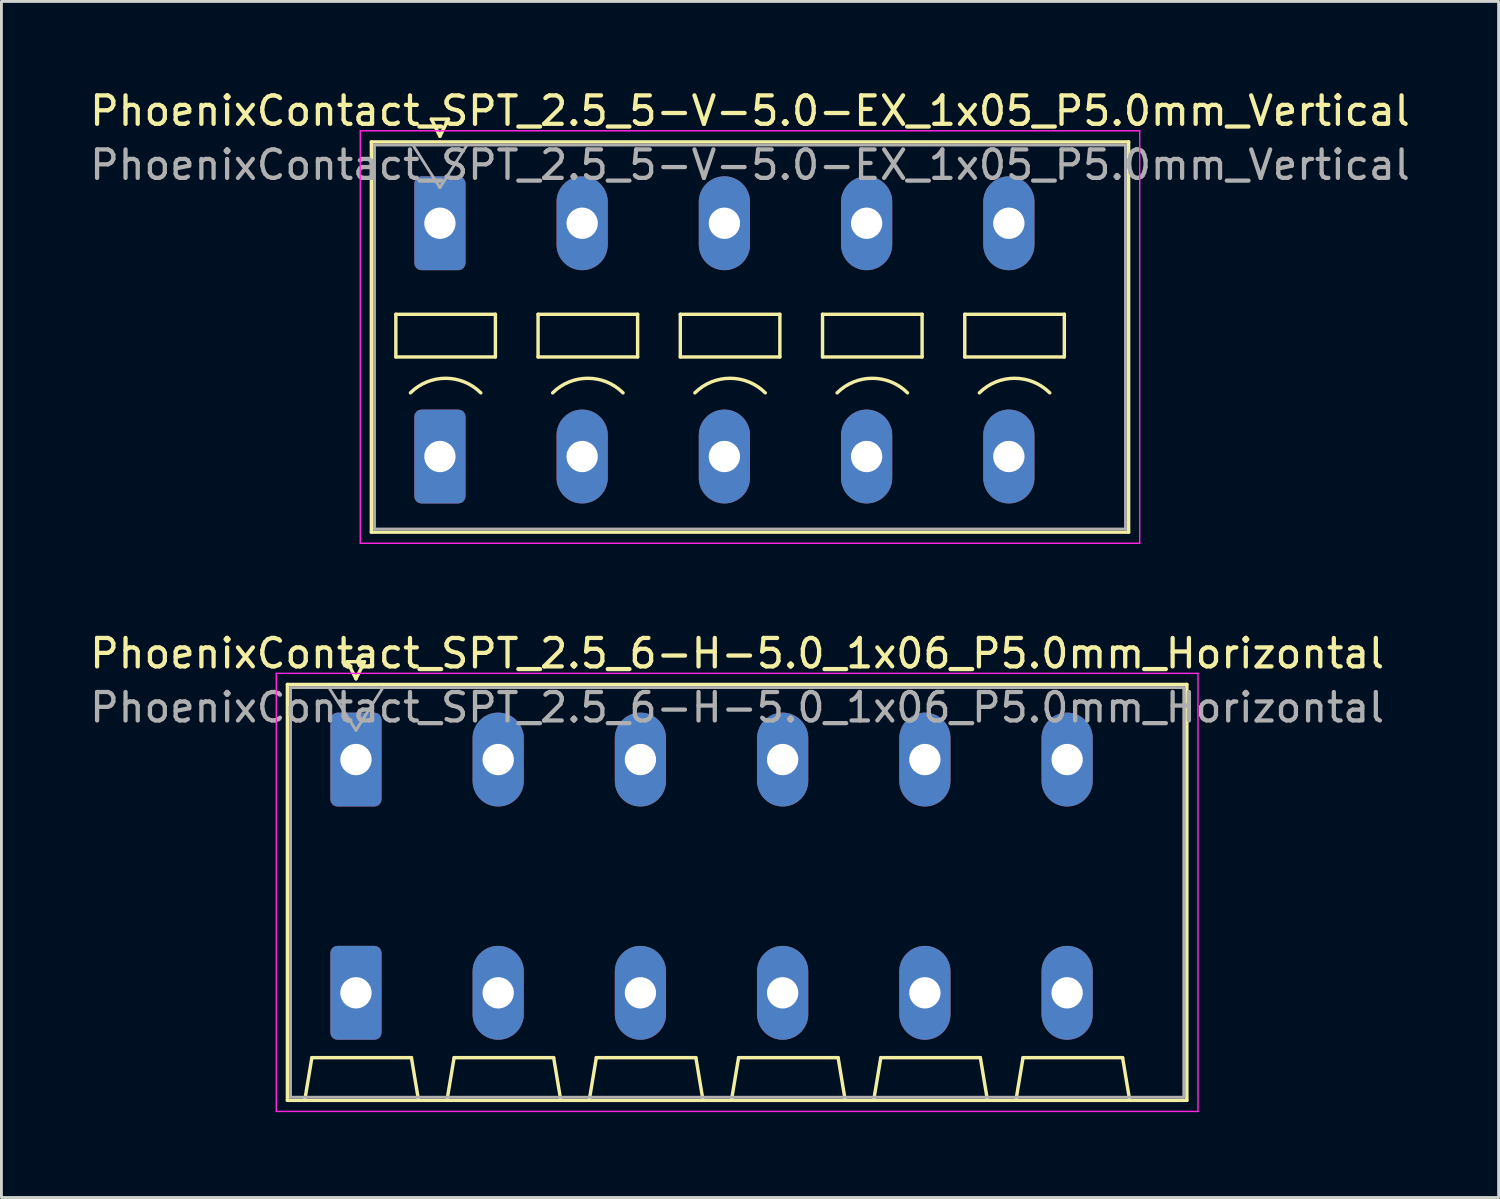
<source format=kicad_pcb>
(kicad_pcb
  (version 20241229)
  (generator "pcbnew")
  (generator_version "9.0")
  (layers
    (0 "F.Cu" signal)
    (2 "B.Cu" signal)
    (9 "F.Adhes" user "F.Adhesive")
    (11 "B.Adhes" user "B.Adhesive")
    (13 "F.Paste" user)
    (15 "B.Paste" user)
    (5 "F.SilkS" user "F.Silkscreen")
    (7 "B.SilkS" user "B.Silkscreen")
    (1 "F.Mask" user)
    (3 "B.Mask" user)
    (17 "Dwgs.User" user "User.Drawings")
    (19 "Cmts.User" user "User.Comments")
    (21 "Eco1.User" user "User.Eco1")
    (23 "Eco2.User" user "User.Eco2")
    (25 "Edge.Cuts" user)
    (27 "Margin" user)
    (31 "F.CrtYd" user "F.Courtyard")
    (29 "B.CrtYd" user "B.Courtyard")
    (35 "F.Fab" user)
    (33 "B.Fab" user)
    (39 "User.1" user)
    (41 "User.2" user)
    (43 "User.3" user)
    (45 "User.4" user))
  (footprint "PhoenixContact_SPT_2.5_6-H-5.0_1x06_P5.0mm_Horizontal"
    (layer "F.Cu")
    (at 9.463 23.651)
    (property "Reference" "PhoenixContact_SPT_2.5_6-H-5.0_1x06_P5.0mm_Horizontal" (at 13.4 -3.73 0) (layer "F.SilkS") (effects (font (size 1 1) (thickness 0.15))))
    (attr through_hole)
    (fp_line (start -2.41 -2.64) (end 29.21 -2.64) (stroke (width 0.12) (type solid)) (layer "F.SilkS"))
    (fp_line (start -2.41 11.98) (end -2.41 -2.64) (stroke (width 0.12) (type solid)) (layer "F.SilkS"))
    (fp_line (start -1.8 11.98) (end -1.55 10.48) (stroke (width 0.12) (type solid)) (layer "F.SilkS"))
    (fp_line (start -1.55 10.48) (end 1.95 10.48) (stroke (width 0.12) (type solid)) (layer "F.SilkS"))
    (fp_line (start -0.3 -3.44) (end 0 -2.84) (stroke (width 0.12) (type solid)) (layer "F.SilkS"))
    (fp_line (start -0.3 -3.44) (end 0.3 -3.44) (stroke (width 0.12) (type solid)) (layer "F.SilkS"))
    (fp_line (start 0.3 -3.44) (end 0 -2.84) (stroke (width 0.12) (type solid)) (layer "F.SilkS"))
    (fp_line (start 2.2 11.98) (end 1.95 10.48) (stroke (width 0.12) (type solid)) (layer "F.SilkS"))
    (fp_line (start 3.2 11.98) (end 3.45 10.48) (stroke (width 0.12) (type solid)) (layer "F.SilkS"))
    (fp_line (start 3.45 10.48) (end 6.95 10.48) (stroke (width 0.12) (type solid)) (layer "F.SilkS"))
    (fp_line (start 7.2 11.98) (end 6.95 10.48) (stroke (width 0.12) (type solid)) (layer "F.SilkS"))
    (fp_line (start 8.2 11.98) (end 8.45 10.48) (stroke (width 0.12) (type solid)) (layer "F.SilkS"))
    (fp_line (start 8.45 10.48) (end 11.95 10.48) (stroke (width 0.12) (type solid)) (layer "F.SilkS"))
    (fp_line (start 12.2 11.98) (end 11.95 10.48) (stroke (width 0.12) (type solid)) (layer "F.SilkS"))
    (fp_line (start 13.2 11.98) (end 13.45 10.48) (stroke (width 0.12) (type solid)) (layer "F.SilkS"))
    (fp_line (start 13.45 10.48) (end 16.95 10.48) (stroke (width 0.12) (type solid)) (layer "F.SilkS"))
    (fp_line (start 17.2 11.98) (end 16.95 10.48) (stroke (width 0.12) (type solid)) (layer "F.SilkS"))
    (fp_line (start 18.2 11.98) (end 18.45 10.48) (stroke (width 0.12) (type solid)) (layer "F.SilkS"))
    (fp_line (start 18.45 10.48) (end 21.95 10.48) (stroke (width 0.12) (type solid)) (layer "F.SilkS"))
    (fp_line (start 22.2 11.98) (end 21.95 10.48) (stroke (width 0.12) (type solid)) (layer "F.SilkS"))
    (fp_line (start 23.2 11.98) (end 23.45 10.48) (stroke (width 0.12) (type solid)) (layer "F.SilkS"))
    (fp_line (start 23.45 10.48) (end 26.95 10.48) (stroke (width 0.12) (type solid)) (layer "F.SilkS"))
    (fp_line (start 27.2 11.98) (end 26.95 10.48) (stroke (width 0.12) (type solid)) (layer "F.SilkS"))
    (fp_line (start 29.21 -2.64) (end 29.21 11.98) (stroke (width 0.12) (type solid)) (layer "F.SilkS"))
    (fp_line (start 29.21 11.98) (end -2.41 11.98) (stroke (width 0.12) (type solid)) (layer "F.SilkS"))
    (fp_line (start -2.8 -3.03) (end -2.8 12.37) (stroke (width 0.05) (type solid)) (layer "F.CrtYd"))
    (fp_line (start -2.8 12.37) (end 29.6 12.37) (stroke (width 0.05) (type solid)) (layer "F.CrtYd"))
    (fp_line (start 29.6 -3.03) (end -2.8 -3.03) (stroke (width 0.05) (type solid)) (layer "F.CrtYd"))
    (fp_line (start 29.6 12.37) (end 29.6 -3.03) (stroke (width 0.05) (type solid)) (layer "F.CrtYd"))
    (fp_line (start -2.3 -2.53) (end -2.3 11.87) (stroke (width 0.1) (type solid)) (layer "F.Fab"))
    (fp_line (start -2.3 11.87) (end 29.1 11.87) (stroke (width 0.1) (type solid)) (layer "F.Fab"))
    (fp_line (start -0.95 -2.53) (end 0 -1.03) (stroke (width 0.1) (type solid)) (layer "F.Fab"))
    (fp_line (start 0.95 -2.53) (end 0 -1.03) (stroke (width 0.1) (type solid)) (layer "F.Fab"))
    (fp_line (start 29.1 -2.53) (end -2.3 -2.53) (stroke (width 0.1) (type solid)) (layer "F.Fab"))
    (fp_line (start 29.1 11.87) (end 29.1 -2.53) (stroke (width 0.1) (type solid)) (layer "F.Fab"))
    (fp_text user "${REFERENCE}" (at 13.4 -1.83 0) (layer "F.Fab") (effects (font (size 1 1) (thickness 0.15))))
    (pad "1" thru_hole roundrect (at 0 0) (size 1.8 3.3) (drill 1.1) (layers "*.Cu" "*.Mask") (roundrect_rratio 0.139))
    (pad "1" thru_hole roundrect (at 0 8.2) (size 1.8 3.3) (drill 1.1) (layers "*.Cu" "*.Mask") (roundrect_rratio 0.139))
    (pad "2" thru_hole oval (at 5 0) (size 1.8 3.3) (drill 1.1) (layers "*.Cu" "*.Mask"))
    (pad "2" thru_hole oval (at 5 8.2) (size 1.8 3.3) (drill 1.1) (layers "*.Cu" "*.Mask"))
    (pad "3" thru_hole oval (at 10 0) (size 1.8 3.3) (drill 1.1) (layers "*.Cu" "*.Mask"))
    (pad "3" thru_hole oval (at 10 8.2) (size 1.8 3.3) (drill 1.1) (layers "*.Cu" "*.Mask"))
    (pad "4" thru_hole oval (at 15 0) (size 1.8 3.3) (drill 1.1) (layers "*.Cu" "*.Mask"))
    (pad "4" thru_hole oval (at 15 8.2) (size 1.8 3.3) (drill 1.1) (layers "*.Cu" "*.Mask"))
    (pad "5" thru_hole oval (at 20 0) (size 1.8 3.3) (drill 1.1) (layers "*.Cu" "*.Mask"))
    (pad "5" thru_hole oval (at 20 8.2) (size 1.8 3.3) (drill 1.1) (layers "*.Cu" "*.Mask"))
    (pad "6" thru_hole oval (at 25 0) (size 1.8 3.3) (drill 1.1) (layers "*.Cu" "*.Mask"))
    (pad "6" thru_hole oval (at 25 8.2) (size 1.8 3.3) (drill 1.1) (layers "*.Cu" "*.Mask")))
  (footprint "PhoenixContact_SPT_2.5_5-V-5.0-EX_1x05_P5.0mm_Vertical"
    (layer "F.Cu")
    (at 12.415 4.798)
    (property "Reference" "PhoenixContact_SPT_2.5_5-V-5.0-EX_1x05_P5.0mm_Vertical" (at 10.9 -3.95 0) (layer "F.SilkS") (effects (font (size 1 1) (thickness 0.15))))
    (attr through_hole)
    (fp_line (start -2.41 -2.86) (end 24.21 -2.86) (stroke (width 0.12) (type solid)) (layer "F.SilkS"))
    (fp_line (start -2.41 10.86) (end -2.41 -2.86) (stroke (width 0.12) (type solid)) (layer "F.SilkS"))
    (fp_line (start -1.55 3.2) (end -1.55 4.7) (stroke (width 0.12) (type solid)) (layer "F.SilkS"))
    (fp_line (start -1.55 4.7) (end 1.95 4.7) (stroke (width 0.12) (type solid)) (layer "F.SilkS"))
    (fp_line (start -0.3 -3.66) (end 0 -3.06) (stroke (width 0.12) (type solid)) (layer "F.SilkS"))
    (fp_line (start -0.3 -3.66) (end 0.3 -3.66) (stroke (width 0.12) (type solid)) (layer "F.SilkS"))
    (fp_line (start 0.3 -3.66) (end 0 -3.06) (stroke (width 0.12) (type solid)) (layer "F.SilkS"))
    (fp_line (start 1.95 3.2) (end -1.55 3.2) (stroke (width 0.12) (type solid)) (layer "F.SilkS"))
    (fp_line (start 1.95 4.7) (end 1.95 3.2) (stroke (width 0.12) (type solid)) (layer "F.SilkS"))
    (fp_line (start 3.45 3.2) (end 3.45 4.7) (stroke (width 0.12) (type solid)) (layer "F.SilkS"))
    (fp_line (start 3.45 4.7) (end 6.95 4.7) (stroke (width 0.12) (type solid)) (layer "F.SilkS"))
    (fp_line (start 6.95 3.2) (end 3.45 3.2) (stroke (width 0.12) (type solid)) (layer "F.SilkS"))
    (fp_line (start 6.95 4.7) (end 6.95 3.2) (stroke (width 0.12) (type solid)) (layer "F.SilkS"))
    (fp_line (start 8.45 3.2) (end 8.45 4.7) (stroke (width 0.12) (type solid)) (layer "F.SilkS"))
    (fp_line (start 8.45 4.7) (end 11.95 4.7) (stroke (width 0.12) (type solid)) (layer "F.SilkS"))
    (fp_line (start 11.95 3.2) (end 8.45 3.2) (stroke (width 0.12) (type solid)) (layer "F.SilkS"))
    (fp_line (start 11.95 4.7) (end 11.95 3.2) (stroke (width 0.12) (type solid)) (layer "F.SilkS"))
    (fp_line (start 13.45 3.2) (end 13.45 4.7) (stroke (width 0.12) (type solid)) (layer "F.SilkS"))
    (fp_line (start 13.45 4.7) (end 16.95 4.7) (stroke (width 0.12) (type solid)) (layer "F.SilkS"))
    (fp_line (start 16.95 3.2) (end 13.45 3.2) (stroke (width 0.12) (type solid)) (layer "F.SilkS"))
    (fp_line (start 16.95 4.7) (end 16.95 3.2) (stroke (width 0.12) (type solid)) (layer "F.SilkS"))
    (fp_line (start 18.45 3.2) (end 18.45 4.7) (stroke (width 0.12) (type solid)) (layer "F.SilkS"))
    (fp_line (start 18.45 4.7) (end 21.95 4.7) (stroke (width 0.12) (type solid)) (layer "F.SilkS"))
    (fp_line (start 21.95 3.2) (end 18.45 3.2) (stroke (width 0.12) (type solid)) (layer "F.SilkS"))
    (fp_line (start 21.95 4.7) (end 21.95 3.2) (stroke (width 0.12) (type solid)) (layer "F.SilkS"))
    (fp_line (start 24.21 -2.86) (end 24.21 10.86) (stroke (width 0.12) (type solid)) (layer "F.SilkS"))
    (fp_line (start 24.21 10.86) (end -2.41 10.86) (stroke (width 0.12) (type solid)) (layer "F.SilkS"))
    (fp_arc (start -1.037437 5.962563) (mid 0.2 5.45) (end 1.437437 5.962563) (stroke (width 0.12) (type solid)) (layer "F.SilkS"))
    (fp_arc (start 3.962563 5.962563) (mid 5.2 5.45) (end 6.437437 5.962563) (stroke (width 0.12) (type solid)) (layer "F.SilkS"))
    (fp_arc (start 8.962563 5.962563) (mid 10.2 5.45) (end 11.437437 5.962563) (stroke (width 0.12) (type solid)) (layer "F.SilkS"))
    (fp_arc (start 13.962563 5.962563) (mid 15.2 5.45) (end 16.437437 5.962563) (stroke (width 0.12) (type solid)) (layer "F.SilkS"))
    (fp_arc (start 18.962563 5.962563) (mid 20.2 5.45) (end 21.437437 5.962563) (stroke (width 0.12) (type solid)) (layer "F.SilkS"))
    (fp_line (start -2.8 -3.25) (end -2.8 11.25) (stroke (width 0.05) (type solid)) (layer "F.CrtYd"))
    (fp_line (start -2.8 11.25) (end 24.6 11.25) (stroke (width 0.05) (type solid)) (layer "F.CrtYd"))
    (fp_line (start 24.6 -3.25) (end -2.8 -3.25) (stroke (width 0.05) (type solid)) (layer "F.CrtYd"))
    (fp_line (start 24.6 11.25) (end 24.6 -3.25) (stroke (width 0.05) (type solid)) (layer "F.CrtYd"))
    (fp_line (start -2.3 -2.75) (end -2.3 10.75) (stroke (width 0.1) (type solid)) (layer "F.Fab"))
    (fp_line (start -2.3 10.75) (end 24.1 10.75) (stroke (width 0.1) (type solid)) (layer "F.Fab"))
    (fp_line (start -0.95 -2.75) (end 0 -1.25) (stroke (width 0.1) (type solid)) (layer "F.Fab"))
    (fp_line (start 0.95 -2.75) (end 0 -1.25) (stroke (width 0.1) (type solid)) (layer "F.Fab"))
    (fp_line (start 24.1 -2.75) (end -2.3 -2.75) (stroke (width 0.1) (type solid)) (layer "F.Fab"))
    (fp_line (start 24.1 10.75) (end 24.1 -2.75) (stroke (width 0.1) (type solid)) (layer "F.Fab"))
    (fp_text user "${REFERENCE}" (at 10.9 -2.05 0) (layer "F.Fab") (effects (font (size 1 1) (thickness 0.15))))
    (pad "1" thru_hole roundrect (at 0 0) (size 1.8 3.3) (drill 1.1) (layers "*.Cu" "*.Mask") (roundrect_rratio 0.139))
    (pad "1" thru_hole roundrect (at 0 8.2) (size 1.8 3.3) (drill 1.1) (layers "*.Cu" "*.Mask") (roundrect_rratio 0.139))
    (pad "2" thru_hole oval (at 5 0) (size 1.8 3.3) (drill 1.1) (layers "*.Cu" "*.Mask"))
    (pad "2" thru_hole oval (at 5 8.2) (size 1.8 3.3) (drill 1.1) (layers "*.Cu" "*.Mask"))
    (pad "3" thru_hole oval (at 10 0) (size 1.8 3.3) (drill 1.1) (layers "*.Cu" "*.Mask"))
    (pad "3" thru_hole oval (at 10 8.2) (size 1.8 3.3) (drill 1.1) (layers "*.Cu" "*.Mask"))
    (pad "4" thru_hole oval (at 15 0) (size 1.8 3.3) (drill 1.1) (layers "*.Cu" "*.Mask"))
    (pad "4" thru_hole oval (at 15 8.2) (size 1.8 3.3) (drill 1.1) (layers "*.Cu" "*.Mask"))
    (pad "5" thru_hole oval (at 20 0) (size 1.8 3.3) (drill 1.1) (layers "*.Cu" "*.Mask"))
    (pad "5" thru_hole oval (at 20 8.2) (size 1.8 3.3) (drill 1.1) (layers "*.Cu" "*.Mask")))
  (gr_rect
    (start -3 -3)
    (end 49.631 39.047)
    (stroke (width 0.1) (type default))
    (fill no)
    (layer "Edge.Cuts")))
</source>
